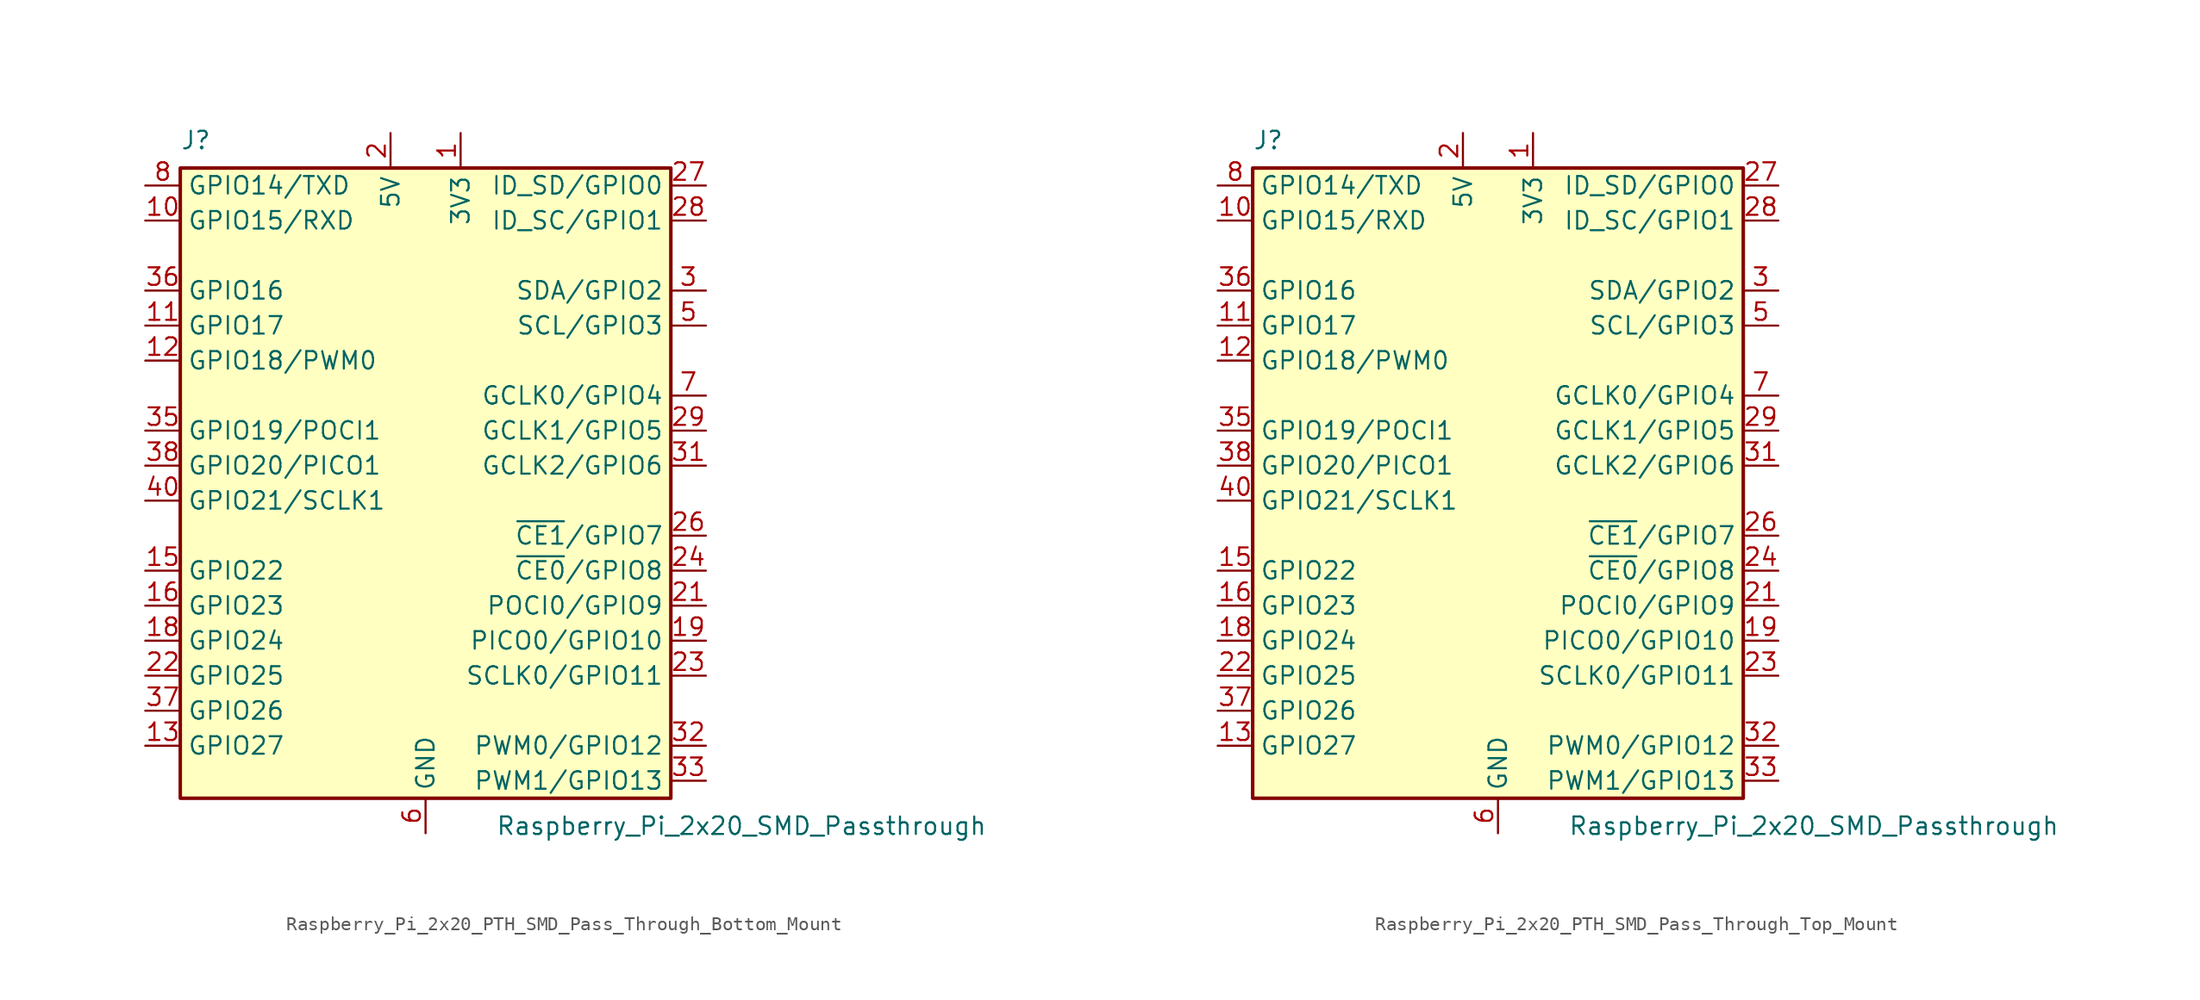
<source format=kicad_sym>
(kicad_symbol_lib
  (version 20231120)
  (generator "kicad_symbol_editor")
  (generator_version "8.0")
  (symbol "Raspberry_Pi_2x20_PTH_SMD_Pass_Through_Bottom_Mount"
    (property "Reference" "J"
      (at -17.78 25.4 0)
      (effects (font (size 1.27 1.27)) (justify left bottom)))
    (property "Value" "Raspberry_Pi_2x20_SMD_Passthrough"
      (at 5.08 -22.86 0)
      (effects (font (size 1.27 1.27)) (justify left top)))
    (symbol "Raspberry_Pi_2x20_PTH_SMD_Pass_Through_Bottom_Mount_0_1"
      (rectangle (start -17.78 24.13) (end 17.78 -21.59) (stroke (width 0.254) (type default)) (fill (type background))))
    (symbol "Raspberry_Pi_2x20_PTH_SMD_Pass_Through_Bottom_Mount_1_1"
      (pin power_in line (at 2.54 26.67 270) (length 2.54) (name "3V3" (effects (font (size 1.27 1.27)))) (number "1" (effects (font (size 1.27 1.27)))))
      (pin bidirectional line (at -20.32 20.32 0) (length 2.54) (name "GPIO15/RXD" (effects (font (size 1.27 1.27)))) (number "10" (effects (font (size 1.27 1.27)))))
      (pin bidirectional line (at -20.32 12.7 0) (length 2.54) (name "GPIO17" (effects (font (size 1.27 1.27)))) (number "11" (effects (font (size 1.27 1.27)))))
      (pin bidirectional line (at -20.32 10.16 0) (length 2.54) (name "GPIO18/PWM0" (effects (font (size 1.27 1.27)))) (number "12" (effects (font (size 1.27 1.27)))))
      (pin bidirectional line (at -20.32 -17.78 0) (length 2.54) (name "GPIO27" (effects (font (size 1.27 1.27)))) (number "13" (effects (font (size 1.27 1.27)))))
      (pin passive line (at 0 -24.13 90) (length 2.54) hide (name "GND" (effects (font (size 1.27 1.27)))) (number "14" (effects (font (size 1.27 1.27)))))
      (pin bidirectional line (at -20.32 -5.08 0) (length 2.54) (name "GPIO22" (effects (font (size 1.27 1.27)))) (number "15" (effects (font (size 1.27 1.27)))))
      (pin bidirectional line (at -20.32 -7.62 0) (length 2.54) (name "GPIO23" (effects (font (size 1.27 1.27)))) (number "16" (effects (font (size 1.27 1.27)))))
      (pin passive line (at 2.54 26.67 270) (length 2.54) hide (name "3V3" (effects (font (size 1.27 1.27)))) (number "17" (effects (font (size 1.27 1.27)))))
      (pin bidirectional line (at -20.32 -10.16 0) (length 2.54) (name "GPIO24" (effects (font (size 1.27 1.27)))) (number "18" (effects (font (size 1.27 1.27)))))
      (pin bidirectional line (at 20.32 -10.16 180) (length 2.54) (name "PICO0/GPIO10" (effects (font (size 1.27 1.27)))) (number "19" (effects (font (size 1.27 1.27)))))
      (pin power_in line (at -2.54 26.67 270) (length 2.54) (name "5V" (effects (font (size 1.27 1.27)))) (number "2" (effects (font (size 1.27 1.27)))))
      (pin passive line (at 0 -24.13 90) (length 2.54) hide (name "GND" (effects (font (size 1.27 1.27)))) (number "20" (effects (font (size 1.27 1.27)))))
      (pin bidirectional line (at 20.32 -7.62 180) (length 2.54) (name "POCI0/GPIO9" (effects (font (size 1.27 1.27)))) (number "21" (effects (font (size 1.27 1.27)))))
      (pin bidirectional line (at -20.32 -12.7 0) (length 2.54) (name "GPIO25" (effects (font (size 1.27 1.27)))) (number "22" (effects (font (size 1.27 1.27)))))
      (pin bidirectional line (at 20.32 -12.7 180) (length 2.54) (name "SCLK0/GPIO11" (effects (font (size 1.27 1.27)))) (number "23" (effects (font (size 1.27 1.27)))))
      (pin bidirectional line (at 20.32 -5.08 180) (length 2.54) (name "~{CE0}/GPIO8" (effects (font (size 1.27 1.27)))) (number "24" (effects (font (size 1.27 1.27)))))
      (pin passive line (at 0 -24.13 90) (length 2.54) hide (name "GND" (effects (font (size 1.27 1.27)))) (number "25" (effects (font (size 1.27 1.27)))))
      (pin bidirectional line (at 20.32 -2.54 180) (length 2.54) (name "~{CE1}/GPIO7" (effects (font (size 1.27 1.27)))) (number "26" (effects (font (size 1.27 1.27)))))
      (pin bidirectional line (at 20.32 22.86 180) (length 2.54) (name "ID_SD/GPIO0" (effects (font (size 1.27 1.27)))) (number "27" (effects (font (size 1.27 1.27)))))
      (pin bidirectional line (at 20.32 20.32 180) (length 2.54) (name "ID_SC/GPIO1" (effects (font (size 1.27 1.27)))) (number "28" (effects (font (size 1.27 1.27)))))
      (pin bidirectional line (at 20.32 5.08 180) (length 2.54) (name "GCLK1/GPIO5" (effects (font (size 1.27 1.27)))) (number "29" (effects (font (size 1.27 1.27)))))
      (pin bidirectional line (at 20.32 15.24 180) (length 2.54) (name "SDA/GPIO2" (effects (font (size 1.27 1.27)))) (number "3" (effects (font (size 1.27 1.27)))))
      (pin passive line (at 0 -24.13 90) (length 2.54) hide (name "GND" (effects (font (size 1.27 1.27)))) (number "30" (effects (font (size 1.27 1.27)))))
      (pin bidirectional line (at 20.32 2.54 180) (length 2.54) (name "GCLK2/GPIO6" (effects (font (size 1.27 1.27)))) (number "31" (effects (font (size 1.27 1.27)))))
      (pin bidirectional line (at 20.32 -17.78 180) (length 2.54) (name "PWM0/GPIO12" (effects (font (size 1.27 1.27)))) (number "32" (effects (font (size 1.27 1.27)))))
      (pin bidirectional line (at 20.32 -20.32 180) (length 2.54) (name "PWM1/GPIO13" (effects (font (size 1.27 1.27)))) (number "33" (effects (font (size 1.27 1.27)))))
      (pin passive line (at 0 -24.13 90) (length 2.54) hide (name "GND" (effects (font (size 1.27 1.27)))) (number "34" (effects (font (size 1.27 1.27)))))
      (pin bidirectional line (at -20.32 5.08 0) (length 2.54) (name "GPIO19/POCI1" (effects (font (size 1.27 1.27)))) (number "35" (effects (font (size 1.27 1.27)))))
      (pin bidirectional line (at -20.32 15.24 0) (length 2.54) (name "GPIO16" (effects (font (size 1.27 1.27)))) (number "36" (effects (font (size 1.27 1.27)))))
      (pin bidirectional line (at -20.32 -15.24 0) (length 2.54) (name "GPIO26" (effects (font (size 1.27 1.27)))) (number "37" (effects (font (size 1.27 1.27)))))
      (pin bidirectional line (at -20.32 2.54 0) (length 2.54) (name "GPIO20/PICO1" (effects (font (size 1.27 1.27)))) (number "38" (effects (font (size 1.27 1.27)))))
      (pin passive line (at 0 -24.13 90) (length 2.54) hide (name "GND" (effects (font (size 1.27 1.27)))) (number "39" (effects (font (size 1.27 1.27)))))
      (pin passive line (at -2.54 26.67 270) (length 2.54) hide (name "5V" (effects (font (size 1.27 1.27)))) (number "4" (effects (font (size 1.27 1.27)))))
      (pin bidirectional line (at -20.32 0 0) (length 2.54) (name "GPIO21/SCLK1" (effects (font (size 1.27 1.27)))) (number "40" (effects (font (size 1.27 1.27)))))
      (pin bidirectional line (at 20.32 12.7 180) (length 2.54) (name "SCL/GPIO3" (effects (font (size 1.27 1.27)))) (number "5" (effects (font (size 1.27 1.27)))))
      (pin power_in line (at 0 -24.13 90) (length 2.54) (name "GND" (effects (font (size 1.27 1.27)))) (number "6" (effects (font (size 1.27 1.27)))))
      (pin bidirectional line (at 20.32 7.62 180) (length 2.54) (name "GCLK0/GPIO4" (effects (font (size 1.27 1.27)))) (number "7" (effects (font (size 1.27 1.27)))))
      (pin bidirectional line (at -20.32 22.86 0) (length 2.54) (name "GPIO14/TXD" (effects (font (size 1.27 1.27)))) (number "8" (effects (font (size 1.27 1.27)))))
      (pin passive line (at 0 -24.13 90) (length 2.54) hide (name "GND" (effects (font (size 1.27 1.27)))) (number "9" (effects (font (size 1.27 1.27)))))))
  (symbol "Raspberry_Pi_2x20_PTH_SMD_Pass_Through_Top_Mount"
    (property "Reference" "J"
      (at -17.78 25.4 0)
      (effects (font (size 1.27 1.27)) (justify left bottom)))
    (property "Value" "Raspberry_Pi_2x20_SMD_Passthrough"
      (at 5.08 -22.86 0)
      (effects (font (size 1.27 1.27)) (justify left top)))
    (symbol "Raspberry_Pi_2x20_PTH_SMD_Pass_Through_Top_Mount_0_1"
      (rectangle (start -17.78 24.13) (end 17.78 -21.59) (stroke (width 0.254) (type default)) (fill (type background))))
    (symbol "Raspberry_Pi_2x20_PTH_SMD_Pass_Through_Top_Mount_1_1"
      (pin power_in line (at 2.54 26.67 270) (length 2.54) (name "3V3" (effects (font (size 1.27 1.27)))) (number "1" (effects (font (size 1.27 1.27)))))
      (pin bidirectional line (at -20.32 20.32 0) (length 2.54) (name "GPIO15/RXD" (effects (font (size 1.27 1.27)))) (number "10" (effects (font (size 1.27 1.27)))))
      (pin bidirectional line (at -20.32 12.7 0) (length 2.54) (name "GPIO17" (effects (font (size 1.27 1.27)))) (number "11" (effects (font (size 1.27 1.27)))))
      (pin bidirectional line (at -20.32 10.16 0) (length 2.54) (name "GPIO18/PWM0" (effects (font (size 1.27 1.27)))) (number "12" (effects (font (size 1.27 1.27)))))
      (pin bidirectional line (at -20.32 -17.78 0) (length 2.54) (name "GPIO27" (effects (font (size 1.27 1.27)))) (number "13" (effects (font (size 1.27 1.27)))))
      (pin passive line (at 0 -24.13 90) (length 2.54) hide (name "GND" (effects (font (size 1.27 1.27)))) (number "14" (effects (font (size 1.27 1.27)))))
      (pin bidirectional line (at -20.32 -5.08 0) (length 2.54) (name "GPIO22" (effects (font (size 1.27 1.27)))) (number "15" (effects (font (size 1.27 1.27)))))
      (pin bidirectional line (at -20.32 -7.62 0) (length 2.54) (name "GPIO23" (effects (font (size 1.27 1.27)))) (number "16" (effects (font (size 1.27 1.27)))))
      (pin passive line (at 2.54 26.67 270) (length 2.54) hide (name "3V3" (effects (font (size 1.27 1.27)))) (number "17" (effects (font (size 1.27 1.27)))))
      (pin bidirectional line (at -20.32 -10.16 0) (length 2.54) (name "GPIO24" (effects (font (size 1.27 1.27)))) (number "18" (effects (font (size 1.27 1.27)))))
      (pin bidirectional line (at 20.32 -10.16 180) (length 2.54) (name "PICO0/GPIO10" (effects (font (size 1.27 1.27)))) (number "19" (effects (font (size 1.27 1.27)))))
      (pin power_in line (at -2.54 26.67 270) (length 2.54) (name "5V" (effects (font (size 1.27 1.27)))) (number "2" (effects (font (size 1.27 1.27)))))
      (pin passive line (at 0 -24.13 90) (length 2.54) hide (name "GND" (effects (font (size 1.27 1.27)))) (number "20" (effects (font (size 1.27 1.27)))))
      (pin bidirectional line (at 20.32 -7.62 180) (length 2.54) (name "POCI0/GPIO9" (effects (font (size 1.27 1.27)))) (number "21" (effects (font (size 1.27 1.27)))))
      (pin bidirectional line (at -20.32 -12.7 0) (length 2.54) (name "GPIO25" (effects (font (size 1.27 1.27)))) (number "22" (effects (font (size 1.27 1.27)))))
      (pin bidirectional line (at 20.32 -12.7 180) (length 2.54) (name "SCLK0/GPIO11" (effects (font (size 1.27 1.27)))) (number "23" (effects (font (size 1.27 1.27)))))
      (pin bidirectional line (at 20.32 -5.08 180) (length 2.54) (name "~{CE0}/GPIO8" (effects (font (size 1.27 1.27)))) (number "24" (effects (font (size 1.27 1.27)))))
      (pin passive line (at 0 -24.13 90) (length 2.54) hide (name "GND" (effects (font (size 1.27 1.27)))) (number "25" (effects (font (size 1.27 1.27)))))
      (pin bidirectional line (at 20.32 -2.54 180) (length 2.54) (name "~{CE1}/GPIO7" (effects (font (size 1.27 1.27)))) (number "26" (effects (font (size 1.27 1.27)))))
      (pin bidirectional line (at 20.32 22.86 180) (length 2.54) (name "ID_SD/GPIO0" (effects (font (size 1.27 1.27)))) (number "27" (effects (font (size 1.27 1.27)))))
      (pin bidirectional line (at 20.32 20.32 180) (length 2.54) (name "ID_SC/GPIO1" (effects (font (size 1.27 1.27)))) (number "28" (effects (font (size 1.27 1.27)))))
      (pin bidirectional line (at 20.32 5.08 180) (length 2.54) (name "GCLK1/GPIO5" (effects (font (size 1.27 1.27)))) (number "29" (effects (font (size 1.27 1.27)))))
      (pin bidirectional line (at 20.32 15.24 180) (length 2.54) (name "SDA/GPIO2" (effects (font (size 1.27 1.27)))) (number "3" (effects (font (size 1.27 1.27)))))
      (pin passive line (at 0 -24.13 90) (length 2.54) hide (name "GND" (effects (font (size 1.27 1.27)))) (number "30" (effects (font (size 1.27 1.27)))))
      (pin bidirectional line (at 20.32 2.54 180) (length 2.54) (name "GCLK2/GPIO6" (effects (font (size 1.27 1.27)))) (number "31" (effects (font (size 1.27 1.27)))))
      (pin bidirectional line (at 20.32 -17.78 180) (length 2.54) (name "PWM0/GPIO12" (effects (font (size 1.27 1.27)))) (number "32" (effects (font (size 1.27 1.27)))))
      (pin bidirectional line (at 20.32 -20.32 180) (length 2.54) (name "PWM1/GPIO13" (effects (font (size 1.27 1.27)))) (number "33" (effects (font (size 1.27 1.27)))))
      (pin passive line (at 0 -24.13 90) (length 2.54) hide (name "GND" (effects (font (size 1.27 1.27)))) (number "34" (effects (font (size 1.27 1.27)))))
      (pin bidirectional line (at -20.32 5.08 0) (length 2.54) (name "GPIO19/POCI1" (effects (font (size 1.27 1.27)))) (number "35" (effects (font (size 1.27 1.27)))))
      (pin bidirectional line (at -20.32 15.24 0) (length 2.54) (name "GPIO16" (effects (font (size 1.27 1.27)))) (number "36" (effects (font (size 1.27 1.27)))))
      (pin bidirectional line (at -20.32 -15.24 0) (length 2.54) (name "GPIO26" (effects (font (size 1.27 1.27)))) (number "37" (effects (font (size 1.27 1.27)))))
      (pin bidirectional line (at -20.32 2.54 0) (length 2.54) (name "GPIO20/PICO1" (effects (font (size 1.27 1.27)))) (number "38" (effects (font (size 1.27 1.27)))))
      (pin passive line (at 0 -24.13 90) (length 2.54) hide (name "GND" (effects (font (size 1.27 1.27)))) (number "39" (effects (font (size 1.27 1.27)))))
      (pin passive line (at -2.54 26.67 270) (length 2.54) hide (name "5V" (effects (font (size 1.27 1.27)))) (number "4" (effects (font (size 1.27 1.27)))))
      (pin bidirectional line (at -20.32 0 0) (length 2.54) (name "GPIO21/SCLK1" (effects (font (size 1.27 1.27)))) (number "40" (effects (font (size 1.27 1.27)))))
      (pin bidirectional line (at 20.32 12.7 180) (length 2.54) (name "SCL/GPIO3" (effects (font (size 1.27 1.27)))) (number "5" (effects (font (size 1.27 1.27)))))
      (pin power_in line (at 0 -24.13 90) (length 2.54) (name "GND" (effects (font (size 1.27 1.27)))) (number "6" (effects (font (size 1.27 1.27)))))
      (pin bidirectional line (at 20.32 7.62 180) (length 2.54) (name "GCLK0/GPIO4" (effects (font (size 1.27 1.27)))) (number "7" (effects (font (size 1.27 1.27)))))
      (pin bidirectional line (at -20.32 22.86 0) (length 2.54) (name "GPIO14/TXD" (effects (font (size 1.27 1.27)))) (number "8" (effects (font (size 1.27 1.27)))))
      (pin passive line (at 0 -24.13 90) (length 2.54) hide (name "GND" (effects (font (size 1.27 1.27)))) (number "9" (effects (font (size 1.27 1.27))))))))
</source>
